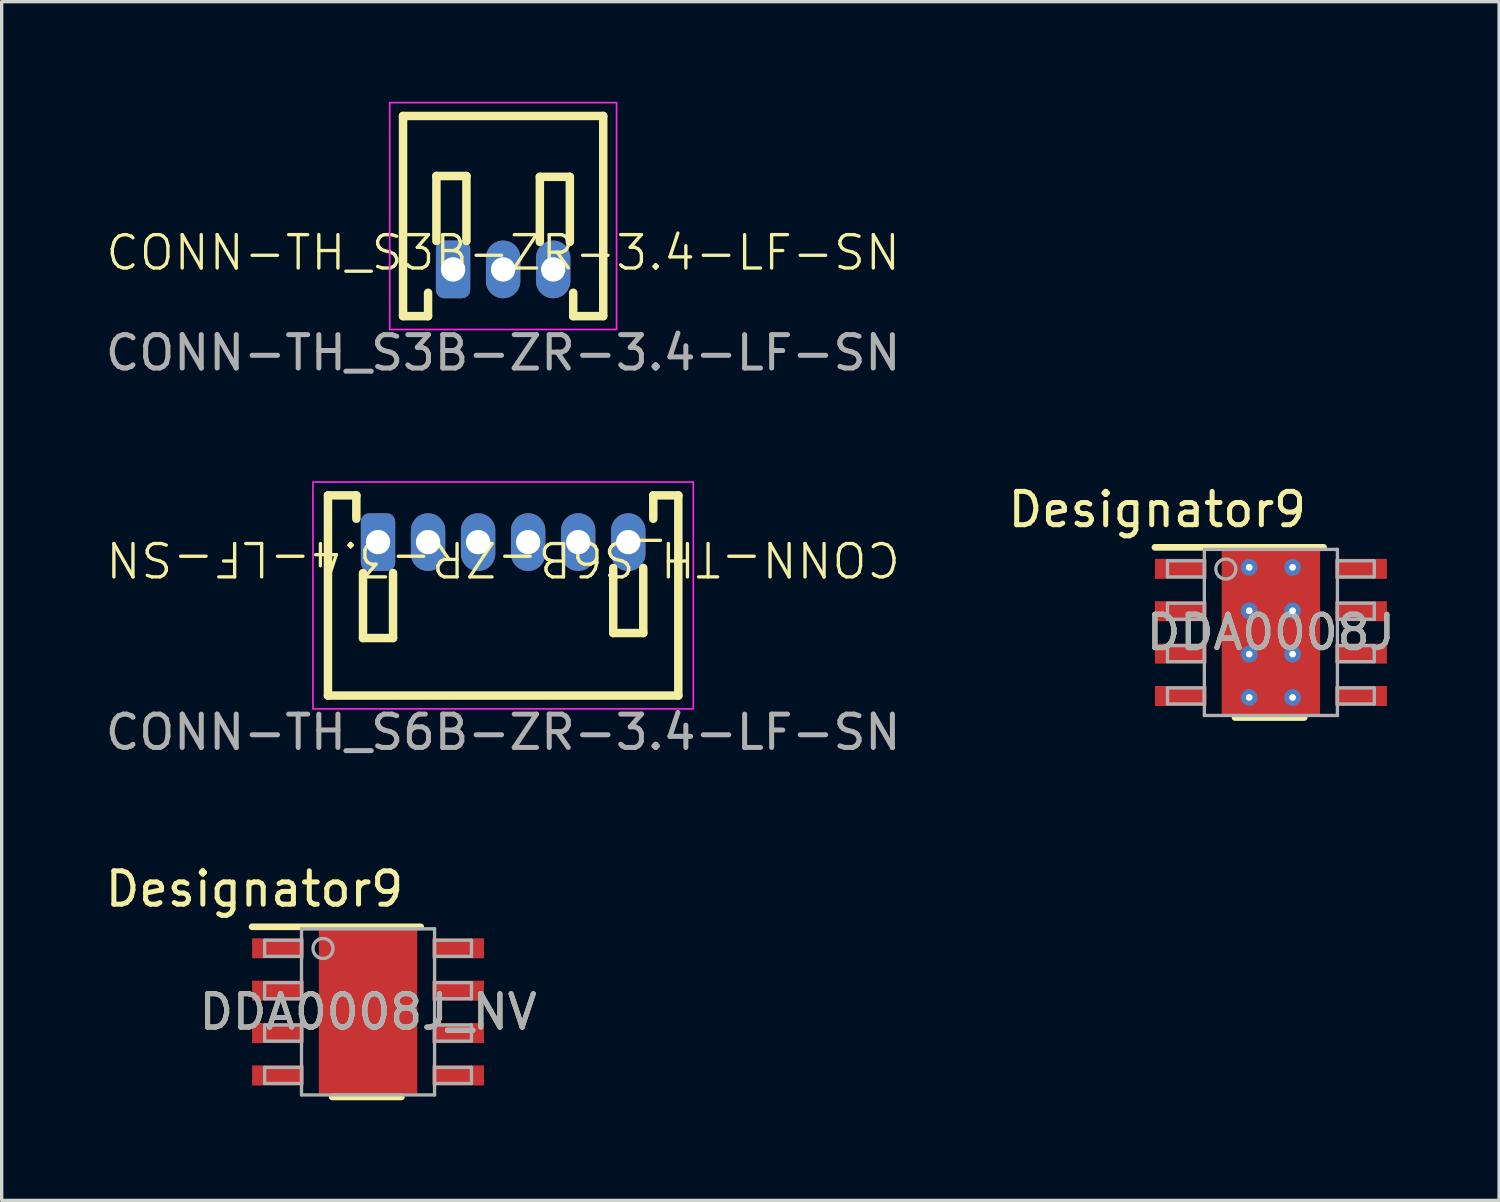
<source format=kicad_pcb>
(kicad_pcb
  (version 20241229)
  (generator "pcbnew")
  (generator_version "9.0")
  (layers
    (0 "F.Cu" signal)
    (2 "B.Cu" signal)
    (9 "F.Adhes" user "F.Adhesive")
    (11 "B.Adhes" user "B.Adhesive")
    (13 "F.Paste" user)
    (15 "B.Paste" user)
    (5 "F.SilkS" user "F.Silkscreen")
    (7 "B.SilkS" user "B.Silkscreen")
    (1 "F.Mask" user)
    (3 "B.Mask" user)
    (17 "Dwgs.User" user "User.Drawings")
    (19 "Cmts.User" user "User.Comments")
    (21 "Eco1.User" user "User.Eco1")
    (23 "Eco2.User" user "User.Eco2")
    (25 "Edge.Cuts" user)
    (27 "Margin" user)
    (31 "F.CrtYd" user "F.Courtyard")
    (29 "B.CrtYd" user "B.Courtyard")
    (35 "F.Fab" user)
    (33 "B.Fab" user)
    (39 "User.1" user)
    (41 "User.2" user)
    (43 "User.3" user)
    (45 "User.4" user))
  (footprint "DDA0008J"
    (layer "F.Cu")
    (at 35.041 15.905)
    (property "Reference" "DDA0008J" (at 0 0 0) (unlocked yes) (layer "F.SilkS") (effects (font (size 1 1) (thickness 0.15))))
    (attr smd)
    (fp_poly (pts (xy -1.3 1.55) (xy 1.3 1.55) (xy 1.3 -1.55) (xy -1.3 -1.55)) (stroke (width 0) (type solid)) (fill yes) (layer "F.Mask"))
    (fp_line (start -3.475 -2.55) (end 1.579 -2.55) (stroke (width 0.2) (type solid)) (layer "F.SilkS"))
    (fp_line (start -1.075 2.55) (end 1 2.55) (stroke (width 0.2) (type solid)) (layer "F.SilkS"))
    (fp_poly (pts (xy -1.3 1.55) (xy 1.3 1.55) (xy 1.3 -1.55) (xy -1.3 -1.55)) (stroke (width 0) (type solid)) (fill yes) (layer "F.Paste"))
    (fp_line (start -3.099 -2.146) (end -1.994 -2.146) (stroke (width 0.1) (type solid)) (layer "F.Fab"))
    (fp_line (start -3.099 -1.664) (end -3.099 -2.146) (stroke (width 0.1) (type solid)) (layer "F.Fab"))
    (fp_line (start -3.099 -1.664) (end -1.994 -1.664) (stroke (width 0.1) (type solid)) (layer "F.Fab"))
    (fp_line (start -3.099 -0.876) (end -1.994 -0.876) (stroke (width 0.1) (type solid)) (layer "F.Fab"))
    (fp_line (start -3.099 -0.394) (end -3.099 -0.876) (stroke (width 0.1) (type solid)) (layer "F.Fab"))
    (fp_line (start -3.099 -0.394) (end -1.994 -0.394) (stroke (width 0.1) (type solid)) (layer "F.Fab"))
    (fp_line (start -3.099 0.394) (end -1.994 0.394) (stroke (width 0.1) (type solid)) (layer "F.Fab"))
    (fp_line (start -3.099 0.876) (end -3.099 0.394) (stroke (width 0.1) (type solid)) (layer "F.Fab"))
    (fp_line (start -3.099 0.876) (end -1.994 0.876) (stroke (width 0.1) (type solid)) (layer "F.Fab"))
    (fp_line (start -3.099 1.664) (end -1.994 1.664) (stroke (width 0.1) (type solid)) (layer "F.Fab"))
    (fp_line (start -3.099 2.146) (end -3.099 1.664) (stroke (width 0.1) (type solid)) (layer "F.Fab"))
    (fp_line (start -3.099 2.146) (end -1.994 2.146) (stroke (width 0.1) (type solid)) (layer "F.Fab"))
    (fp_line (start -1.994 -2.489) (end 1.994 -2.489) (stroke (width 0.1) (type solid)) (layer "F.Fab"))
    (fp_line (start -1.994 -1.664) (end -1.994 -2.146) (stroke (width 0.1) (type solid)) (layer "F.Fab"))
    (fp_line (start -1.994 -0.394) (end -1.994 -0.876) (stroke (width 0.1) (type solid)) (layer "F.Fab"))
    (fp_line (start -1.994 0.876) (end -1.994 0.394) (stroke (width 0.1) (type solid)) (layer "F.Fab"))
    (fp_line (start -1.994 2.146) (end -1.994 1.664) (stroke (width 0.1) (type solid)) (layer "F.Fab"))
    (fp_line (start -1.994 2.489) (end -1.994 -2.489) (stroke (width 0.1) (type solid)) (layer "F.Fab"))
    (fp_line (start -1.994 2.489) (end 1.994 2.489) (stroke (width 0.1) (type solid)) (layer "F.Fab"))
    (fp_line (start 1.994 -2.146) (end 3.099 -2.146) (stroke (width 0.1) (type solid)) (layer "F.Fab"))
    (fp_line (start 1.994 -1.664) (end 1.994 -2.146) (stroke (width 0.1) (type solid)) (layer "F.Fab"))
    (fp_line (start 1.994 -1.664) (end 3.099 -1.664) (stroke (width 0.1) (type solid)) (layer "F.Fab"))
    (fp_line (start 1.994 -0.876) (end 3.099 -0.876) (stroke (width 0.1) (type solid)) (layer "F.Fab"))
    (fp_line (start 1.994 -0.394) (end 1.994 -0.876) (stroke (width 0.1) (type solid)) (layer "F.Fab"))
    (fp_line (start 1.994 -0.394) (end 3.099 -0.394) (stroke (width 0.1) (type solid)) (layer "F.Fab"))
    (fp_line (start 1.994 0.394) (end 3.099 0.394) (stroke (width 0.1) (type solid)) (layer "F.Fab"))
    (fp_line (start 1.994 0.876) (end 1.994 0.394) (stroke (width 0.1) (type solid)) (layer "F.Fab"))
    (fp_line (start 1.994 0.876) (end 3.099 0.876) (stroke (width 0.1) (type solid)) (layer "F.Fab"))
    (fp_line (start 1.994 1.664) (end 3.099 1.664) (stroke (width 0.1) (type solid)) (layer "F.Fab"))
    (fp_line (start 1.994 2.146) (end 1.994 1.664) (stroke (width 0.1) (type solid)) (layer "F.Fab"))
    (fp_line (start 1.994 2.146) (end 3.099 2.146) (stroke (width 0.1) (type solid)) (layer "F.Fab"))
    (fp_line (start 1.994 2.489) (end 1.994 -2.489) (stroke (width 0.1) (type solid)) (layer "F.Fab"))
    (fp_line (start 3.099 -1.664) (end 3.099 -2.146) (stroke (width 0.1) (type solid)) (layer "F.Fab"))
    (fp_line (start 3.099 -0.394) (end 3.099 -0.876) (stroke (width 0.1) (type solid)) (layer "F.Fab"))
    (fp_line (start 3.099 0.876) (end 3.099 0.394) (stroke (width 0.1) (type solid)) (layer "F.Fab"))
    (fp_line (start 3.099 2.146) (end 3.099 1.664) (stroke (width 0.1) (type solid)) (layer "F.Fab"))
    (fp_circle (center -1.35 -1.9) (end -1.05 -1.9) (stroke (width 0.1) (type solid)) (fill no) (layer "F.Fab"))
    (fp_text user "Designator9" (at -3.404 -3.683 0) (unlocked yes) (layer "F.SilkS") (effects (font (size 1 1) (thickness 0.15))))
    (fp_text user "${REFERENCE}" (at 0 0 0) (unlocked yes) (layer "F.Fab") (effects (font (size 1 1) (thickness 0.15))))
    (pad "1" smd rect (at -2.7 -1.905 90) (size 0.6 1.55) (layers "F.Cu" "F.Mask" "F.Paste"))
    (pad "2" smd rect (at -2.7 -0.635 90) (size 0.6 1.55) (layers "F.Cu" "F.Mask" "F.Paste"))
    (pad "3" smd rect (at -2.7 0.635 90) (size 0.6 1.55) (layers "F.Cu" "F.Mask" "F.Paste"))
    (pad "4" smd rect (at -2.7 1.905 90) (size 0.6 1.55) (layers "F.Cu" "F.Mask" "F.Paste"))
    (pad "5" smd rect (at 2.7 1.905 90) (size 0.6 1.55) (layers "F.Cu" "F.Mask" "F.Paste"))
    (pad "6" smd rect (at 2.7 0.635 90) (size 0.6 1.55) (layers "F.Cu" "F.Mask" "F.Paste"))
    (pad "7" smd rect (at 2.7 -0.635 90) (size 0.6 1.55) (layers "F.Cu" "F.Mask" "F.Paste"))
    (pad "8" smd rect (at 2.7 -1.905 90) (size 0.6 1.55) (layers "F.Cu" "F.Mask" "F.Paste"))
    (pad "9" smd rect (at 0 0) (size 2.95 4.9) (layers "F.Cu"))
    (pad "V" thru_hole circle (at -0.65 -1.95) (size 0.5 0.5) (drill 0.203) (layers "*.Cu" "*.Mask"))
    (pad "V" thru_hole circle (at -0.65 -0.65) (size 0.5 0.5) (drill 0.203) (layers "*.Cu" "*.Mask"))
    (pad "V" thru_hole circle (at -0.65 0.65) (size 0.5 0.5) (drill 0.203) (layers "*.Cu" "*.Mask"))
    (pad "V" thru_hole circle (at -0.65 1.95) (size 0.5 0.5) (drill 0.203) (layers "*.Cu" "*.Mask"))
    (pad "V" thru_hole circle (at 0.65 -1.95) (size 0.5 0.5) (drill 0.203) (layers "*.Cu" "*.Mask"))
    (pad "V" thru_hole circle (at 0.65 -0.65) (size 0.5 0.5) (drill 0.203) (layers "*.Cu" "*.Mask"))
    (pad "V" thru_hole circle (at 0.65 0.65) (size 0.5 0.5) (drill 0.203) (layers "*.Cu" "*.Mask"))
    (pad "V" thru_hole circle (at 0.65 1.95) (size 0.5 0.5) (drill 0.203) (layers "*.Cu" "*.Mask")))
  (footprint "CONN-TH_S6B-ZR-3.4-LF-SN"
    (layer "F.Cu")
    (at 12.03 16.398)
    (property "Reference" "CONN-TH_S6B-ZR-3.4-LF-SN" (at 0 -2.7 180) (unlocked yes) (layer "F.SilkS") (effects (font (size 1 1) (thickness 0.1))))
    (attr through_hole)
    (fp_line (start -5.25 -4.6) (end -5.25 1.4) (stroke (width 0.254) (type default)) (layer "F.SilkS"))
    (fp_line (start -5.25 -4.6) (end -4.4 -4.6) (stroke (width 0.254) (type default)) (layer "F.SilkS"))
    (fp_line (start -4.4 -4.6) (end -4.4 -3.9) (stroke (width 0.254) (type default)) (layer "F.SilkS"))
    (fp_line (start -4.2 -2.275) (end -4.2 -0.325) (stroke (width 0.254) (type default)) (layer "F.SilkS"))
    (fp_line (start -3.3 -2.275) (end -3.3 -0.325) (stroke (width 0.254) (type default)) (layer "F.SilkS"))
    (fp_line (start -3.3 -0.325) (end -4.2 -0.325) (stroke (width 0.254) (type default)) (layer "F.SilkS"))
    (fp_line (start 3.3 -2.425) (end 3.3 -0.475) (stroke (width 0.254) (type default)) (layer "F.SilkS"))
    (fp_line (start 4.2 -2.425) (end 4.2 -0.475) (stroke (width 0.254) (type default)) (layer "F.SilkS"))
    (fp_line (start 4.2 -0.475) (end 3.3 -0.475) (stroke (width 0.254) (type default)) (layer "F.SilkS"))
    (fp_line (start 4.5 -4.6) (end 5.25 -4.6) (stroke (width 0.254) (type default)) (layer "F.SilkS"))
    (fp_line (start 4.5 -3.9) (end 4.5 -4.6) (stroke (width 0.254) (type default)) (layer "F.SilkS"))
    (fp_line (start 5.25 1.4) (end -5.25 1.4) (stroke (width 0.254) (type default)) (layer "F.SilkS"))
    (fp_line (start 5.25 1.4) (end 5.25 -4.6) (stroke (width 0.254) (type default)) (layer "F.SilkS"))
    (fp_rect (start -5.7 -5) (end 5.7 1.8) (stroke (width 0.05) (type default)) (fill no) (layer "F.CrtYd"))
    (fp_text user "${REFERENCE}" (at 0 2.5 0) (unlocked yes) (layer "F.Fab") (effects (font (size 1 1) (thickness 0.15))))
    (pad "1" thru_hole roundrect (at -3.75 -3.2) (size 1.03 1.73) (drill 0.73) (layers "*.Cu" "*.Mask") (roundrect_rratio 0.243))
    (pad "2" thru_hole oval (at -2.25 -3.2) (size 1.03 1.73) (drill 0.73) (layers "*.Cu" "*.Mask"))
    (pad "3" thru_hole oval (at -0.75 -3.2) (size 1.03 1.73) (drill 0.73) (layers "*.Cu" "*.Mask"))
    (pad "4" thru_hole oval (at 0.75 -3.2) (size 1.03 1.73) (drill 0.73) (layers "*.Cu" "*.Mask"))
    (pad "5" thru_hole oval (at 2.25 -3.2) (size 1.03 1.73) (drill 0.73) (layers "*.Cu" "*.Mask"))
    (pad "6" thru_hole oval (at 3.75 -3.2) (size 1.03 1.73) (drill 0.73) (layers "*.Cu" "*.Mask")))
  (footprint "CONN-TH_S3B-ZR-3.4-LF-SN"
    (layer "F.Cu")
    (at 12.03 5.025)
    (property "Reference" "CONN-TH_S3B-ZR-3.4-LF-SN" (at 0 -0.5 0) (unlocked yes) (layer "F.SilkS") (effects (font (size 1 1) (thickness 0.1))))
    (attr through_hole)
    (fp_line (start -3 -4.6) (end -3 1.4) (stroke (width 0.254) (type default)) (layer "F.SilkS"))
    (fp_line (start -2.251 1.4) (end -3 1.4) (stroke (width 0.254) (type default)) (layer "F.SilkS"))
    (fp_line (start -2.25 0.7) (end -2.25 1.4) (stroke (width 0.254) (type default)) (layer "F.SilkS"))
    (fp_line (start -2 -2.8) (end -1.1 -2.8) (stroke (width 0.254) (type default)) (layer "F.SilkS"))
    (fp_line (start -2 -0.85) (end -2 -2.8) (stroke (width 0.254) (type default)) (layer "F.SilkS"))
    (fp_line (start -1.1 -0.85) (end -1.1 -2.8) (stroke (width 0.254) (type default)) (layer "F.SilkS"))
    (fp_line (start 1.1 -2.775) (end 2 -2.775) (stroke (width 0.254) (type default)) (layer "F.SilkS"))
    (fp_line (start 1.1 -0.825) (end 1.1 -2.775) (stroke (width 0.254) (type default)) (layer "F.SilkS"))
    (fp_line (start 2 -0.825) (end 2 -2.775) (stroke (width 0.254) (type default)) (layer "F.SilkS"))
    (fp_line (start 2.1 1.4) (end 2.1 0.7) (stroke (width 0.254) (type default)) (layer "F.SilkS"))
    (fp_line (start 2.1 1.4) (end 2.999 1.4) (stroke (width 0.254) (type default)) (layer "F.SilkS"))
    (fp_line (start 3 -4.6) (end -3 -4.6) (stroke (width 0.254) (type default)) (layer "F.SilkS"))
    (fp_line (start 3 -4.6) (end 3 1.4) (stroke (width 0.254) (type default)) (layer "F.SilkS"))
    (fp_rect (start -3.4 -5) (end 3.4 1.8) (stroke (width 0.05) (type default)) (fill no) (layer "F.CrtYd"))
    (fp_text user "${REFERENCE}" (at 0 2.5 0) (unlocked yes) (layer "F.Fab") (effects (font (size 1 1) (thickness 0.15))))
    (pad "1" thru_hole roundrect (at -1.5 0) (size 1.03 1.73) (drill 0.73) (layers "*.Cu" "*.Mask") (roundrect_rratio 0.243))
    (pad "2" thru_hole oval (at 0 0) (size 1.03 1.73) (drill 0.73) (layers "*.Cu" "*.Mask"))
    (pad "3" thru_hole oval (at 1.5 0) (size 1.03 1.73) (drill 0.73) (layers "*.Cu" "*.Mask")))
  (footprint "DDA0008J_NV"
    (layer "F.Cu")
    (at 7.981 27.278)
    (property "Reference" "DDA0008J_NV" (at 0 0 0) (unlocked yes) (layer "F.SilkS") (effects (font (size 1 1) (thickness 0.15))))
    (attr smd)
    (fp_poly (pts (xy -1.3 1.55) (xy 1.3 1.55) (xy 1.3 -1.55) (xy -1.3 -1.55)) (stroke (width 0) (type solid)) (fill yes) (layer "F.Mask"))
    (fp_line (start -3.475 -2.55) (end 1.579 -2.55) (stroke (width 0.2) (type solid)) (layer "F.SilkS"))
    (fp_line (start -1.075 2.55) (end 1 2.55) (stroke (width 0.2) (type solid)) (layer "F.SilkS"))
    (fp_poly (pts (xy -1.3 1.55) (xy 1.3 1.55) (xy 1.3 -1.55) (xy -1.3 -1.55)) (stroke (width 0) (type solid)) (fill yes) (layer "F.Paste"))
    (fp_line (start -3.099 -2.146) (end -1.994 -2.146) (stroke (width 0.1) (type solid)) (layer "F.Fab"))
    (fp_line (start -3.099 -1.664) (end -3.099 -2.146) (stroke (width 0.1) (type solid)) (layer "F.Fab"))
    (fp_line (start -3.099 -1.664) (end -1.994 -1.664) (stroke (width 0.1) (type solid)) (layer "F.Fab"))
    (fp_line (start -3.099 -0.876) (end -1.994 -0.876) (stroke (width 0.1) (type solid)) (layer "F.Fab"))
    (fp_line (start -3.099 -0.394) (end -3.099 -0.876) (stroke (width 0.1) (type solid)) (layer "F.Fab"))
    (fp_line (start -3.099 -0.394) (end -1.994 -0.394) (stroke (width 0.1) (type solid)) (layer "F.Fab"))
    (fp_line (start -3.099 0.394) (end -1.994 0.394) (stroke (width 0.1) (type solid)) (layer "F.Fab"))
    (fp_line (start -3.099 0.876) (end -3.099 0.394) (stroke (width 0.1) (type solid)) (layer "F.Fab"))
    (fp_line (start -3.099 0.876) (end -1.994 0.876) (stroke (width 0.1) (type solid)) (layer "F.Fab"))
    (fp_line (start -3.099 1.664) (end -1.994 1.664) (stroke (width 0.1) (type solid)) (layer "F.Fab"))
    (fp_line (start -3.099 2.146) (end -3.099 1.664) (stroke (width 0.1) (type solid)) (layer "F.Fab"))
    (fp_line (start -3.099 2.146) (end -1.994 2.146) (stroke (width 0.1) (type solid)) (layer "F.Fab"))
    (fp_line (start -1.994 -2.489) (end 1.994 -2.489) (stroke (width 0.1) (type solid)) (layer "F.Fab"))
    (fp_line (start -1.994 -1.664) (end -1.994 -2.146) (stroke (width 0.1) (type solid)) (layer "F.Fab"))
    (fp_line (start -1.994 -0.394) (end -1.994 -0.876) (stroke (width 0.1) (type solid)) (layer "F.Fab"))
    (fp_line (start -1.994 0.876) (end -1.994 0.394) (stroke (width 0.1) (type solid)) (layer "F.Fab"))
    (fp_line (start -1.994 2.146) (end -1.994 1.664) (stroke (width 0.1) (type solid)) (layer "F.Fab"))
    (fp_line (start -1.994 2.489) (end -1.994 -2.489) (stroke (width 0.1) (type solid)) (layer "F.Fab"))
    (fp_line (start -1.994 2.489) (end 1.994 2.489) (stroke (width 0.1) (type solid)) (layer "F.Fab"))
    (fp_line (start 1.994 -2.146) (end 3.099 -2.146) (stroke (width 0.1) (type solid)) (layer "F.Fab"))
    (fp_line (start 1.994 -1.664) (end 1.994 -2.146) (stroke (width 0.1) (type solid)) (layer "F.Fab"))
    (fp_line (start 1.994 -1.664) (end 3.099 -1.664) (stroke (width 0.1) (type solid)) (layer "F.Fab"))
    (fp_line (start 1.994 -0.876) (end 3.099 -0.876) (stroke (width 0.1) (type solid)) (layer "F.Fab"))
    (fp_line (start 1.994 -0.394) (end 1.994 -0.876) (stroke (width 0.1) (type solid)) (layer "F.Fab"))
    (fp_line (start 1.994 -0.394) (end 3.099 -0.394) (stroke (width 0.1) (type solid)) (layer "F.Fab"))
    (fp_line (start 1.994 0.394) (end 3.099 0.394) (stroke (width 0.1) (type solid)) (layer "F.Fab"))
    (fp_line (start 1.994 0.876) (end 1.994 0.394) (stroke (width 0.1) (type solid)) (layer "F.Fab"))
    (fp_line (start 1.994 0.876) (end 3.099 0.876) (stroke (width 0.1) (type solid)) (layer "F.Fab"))
    (fp_line (start 1.994 1.664) (end 3.099 1.664) (stroke (width 0.1) (type solid)) (layer "F.Fab"))
    (fp_line (start 1.994 2.146) (end 1.994 1.664) (stroke (width 0.1) (type solid)) (layer "F.Fab"))
    (fp_line (start 1.994 2.146) (end 3.099 2.146) (stroke (width 0.1) (type solid)) (layer "F.Fab"))
    (fp_line (start 1.994 2.489) (end 1.994 -2.489) (stroke (width 0.1) (type solid)) (layer "F.Fab"))
    (fp_line (start 3.099 -1.664) (end 3.099 -2.146) (stroke (width 0.1) (type solid)) (layer "F.Fab"))
    (fp_line (start 3.099 -0.394) (end 3.099 -0.876) (stroke (width 0.1) (type solid)) (layer "F.Fab"))
    (fp_line (start 3.099 0.876) (end 3.099 0.394) (stroke (width 0.1) (type solid)) (layer "F.Fab"))
    (fp_line (start 3.099 2.146) (end 3.099 1.664) (stroke (width 0.1) (type solid)) (layer "F.Fab"))
    (fp_circle (center -1.35 -1.9) (end -1.05 -1.9) (stroke (width 0.1) (type solid)) (fill no) (layer "F.Fab"))
    (fp_text user "Designator9" (at -3.404 -3.683 0) (unlocked yes) (layer "F.SilkS") (effects (font (size 1 1) (thickness 0.15))))
    (fp_text user "${REFERENCE}" (at 0 0 0) (unlocked yes) (layer "F.Fab") (effects (font (size 1 1) (thickness 0.15))))
    (pad "1" smd rect (at -2.7 -1.905 90) (size 0.6 1.55) (layers "F.Cu" "F.Mask" "F.Paste"))
    (pad "2" smd rect (at -2.7 -0.635 90) (size 0.6 1.55) (layers "F.Cu" "F.Mask" "F.Paste"))
    (pad "3" smd rect (at -2.7 0.635 90) (size 0.6 1.55) (layers "F.Cu" "F.Mask" "F.Paste"))
    (pad "4" smd rect (at -2.7 1.905 90) (size 0.6 1.55) (layers "F.Cu" "F.Mask" "F.Paste"))
    (pad "5" smd rect (at 2.7 1.905 90) (size 0.6 1.55) (layers "F.Cu" "F.Mask" "F.Paste"))
    (pad "6" smd rect (at 2.7 0.635 90) (size 0.6 1.55) (layers "F.Cu" "F.Mask" "F.Paste"))
    (pad "7" smd rect (at 2.7 -0.635 90) (size 0.6 1.55) (layers "F.Cu" "F.Mask" "F.Paste"))
    (pad "8" smd rect (at 2.7 -1.905 90) (size 0.6 1.55) (layers "F.Cu" "F.Mask" "F.Paste"))
    (pad "9" smd rect (at 0 0) (size 2.95 4.9) (layers "F.Cu")))
  (gr_rect
    (start -3 -3)
    (end 41.88 32.928)
    (stroke (width 0.1) (type default))
    (fill no)
    (layer "Edge.Cuts")))
</source>
